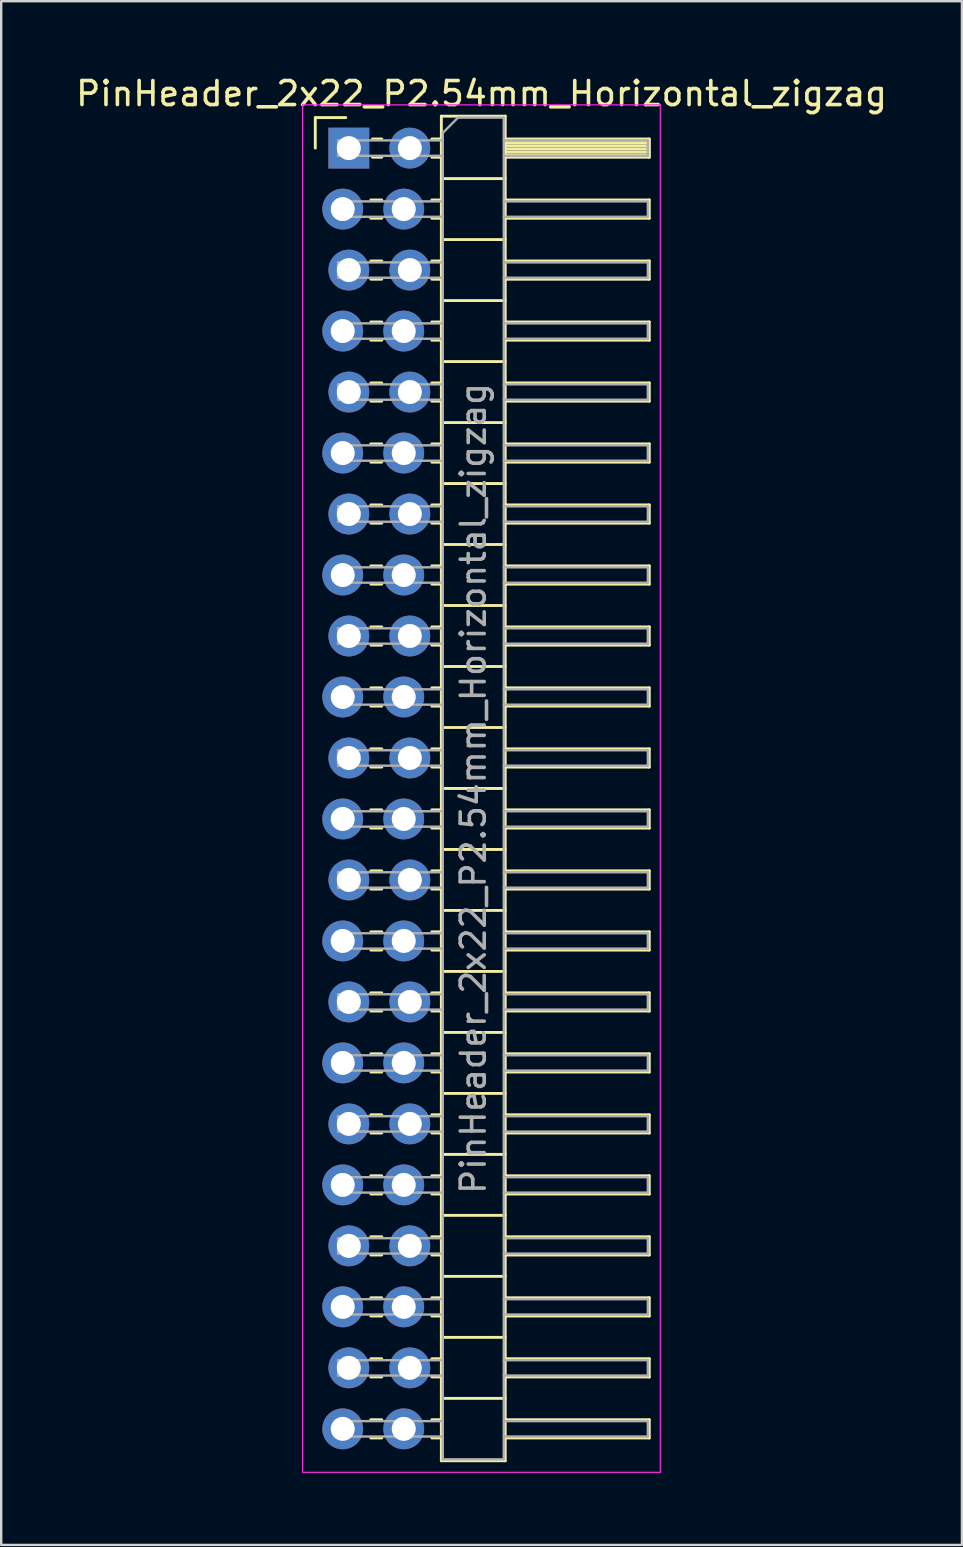
<source format=kicad_pcb>
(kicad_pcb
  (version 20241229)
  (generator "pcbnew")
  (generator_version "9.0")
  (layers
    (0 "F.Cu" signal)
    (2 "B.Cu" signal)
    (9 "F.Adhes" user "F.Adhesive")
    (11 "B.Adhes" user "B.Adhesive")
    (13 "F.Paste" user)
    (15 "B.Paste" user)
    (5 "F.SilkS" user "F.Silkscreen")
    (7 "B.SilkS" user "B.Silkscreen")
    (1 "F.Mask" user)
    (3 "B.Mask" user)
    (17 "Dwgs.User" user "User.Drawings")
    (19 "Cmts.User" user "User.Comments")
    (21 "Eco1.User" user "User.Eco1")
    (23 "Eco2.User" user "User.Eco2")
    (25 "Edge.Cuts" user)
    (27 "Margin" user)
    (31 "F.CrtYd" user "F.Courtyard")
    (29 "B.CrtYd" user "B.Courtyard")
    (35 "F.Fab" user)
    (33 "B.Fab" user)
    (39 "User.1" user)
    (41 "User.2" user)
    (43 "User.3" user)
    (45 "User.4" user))
  (footprint "PinHeader_2x22_P2.54mm_Horizontal_zigzag"
    (layer "F.Cu")
    (at 11.351 3.118)
    (property "Reference" "PinHeader_2x22_P2.54mm_Horizontal_zigzag" (at 5.655 -2.27 0) (layer "F.SilkS") (effects (font (size 1 1) (thickness 0.15))))
    (attr through_hole)
    (fp_line (start -1.27 -1.27) (end 0 -1.27) (stroke (width 0.12) (type solid)) (layer "F.SilkS"))
    (fp_line (start -1.27 0) (end -1.27 -1.27) (stroke (width 0.12) (type solid)) (layer "F.SilkS"))
    (fp_line (start 1.043 2.16) (end 1.497 2.16) (stroke (width 0.12) (type solid)) (layer "F.SilkS"))
    (fp_line (start 1.043 2.92) (end 1.497 2.92) (stroke (width 0.12) (type solid)) (layer "F.SilkS"))
    (fp_line (start 1.043 4.7) (end 1.497 4.7) (stroke (width 0.12) (type solid)) (layer "F.SilkS"))
    (fp_line (start 1.043 5.46) (end 1.497 5.46) (stroke (width 0.12) (type solid)) (layer "F.SilkS"))
    (fp_line (start 1.043 7.24) (end 1.497 7.24) (stroke (width 0.12) (type solid)) (layer "F.SilkS"))
    (fp_line (start 1.043 8) (end 1.497 8) (stroke (width 0.12) (type solid)) (layer "F.SilkS"))
    (fp_line (start 1.043 9.78) (end 1.497 9.78) (stroke (width 0.12) (type solid)) (layer "F.SilkS"))
    (fp_line (start 1.043 10.54) (end 1.497 10.54) (stroke (width 0.12) (type solid)) (layer "F.SilkS"))
    (fp_line (start 1.043 12.32) (end 1.497 12.32) (stroke (width 0.12) (type solid)) (layer "F.SilkS"))
    (fp_line (start 1.043 13.08) (end 1.497 13.08) (stroke (width 0.12) (type solid)) (layer "F.SilkS"))
    (fp_line (start 1.043 14.86) (end 1.497 14.86) (stroke (width 0.12) (type solid)) (layer "F.SilkS"))
    (fp_line (start 1.043 15.62) (end 1.497 15.62) (stroke (width 0.12) (type solid)) (layer "F.SilkS"))
    (fp_line (start 1.043 17.4) (end 1.497 17.4) (stroke (width 0.12) (type solid)) (layer "F.SilkS"))
    (fp_line (start 1.043 18.16) (end 1.497 18.16) (stroke (width 0.12) (type solid)) (layer "F.SilkS"))
    (fp_line (start 1.043 19.94) (end 1.497 19.94) (stroke (width 0.12) (type solid)) (layer "F.SilkS"))
    (fp_line (start 1.043 20.7) (end 1.497 20.7) (stroke (width 0.12) (type solid)) (layer "F.SilkS"))
    (fp_line (start 1.043 22.48) (end 1.497 22.48) (stroke (width 0.12) (type solid)) (layer "F.SilkS"))
    (fp_line (start 1.043 23.24) (end 1.497 23.24) (stroke (width 0.12) (type solid)) (layer "F.SilkS"))
    (fp_line (start 1.043 25.02) (end 1.497 25.02) (stroke (width 0.12) (type solid)) (layer "F.SilkS"))
    (fp_line (start 1.043 25.78) (end 1.497 25.78) (stroke (width 0.12) (type solid)) (layer "F.SilkS"))
    (fp_line (start 1.043 27.56) (end 1.497 27.56) (stroke (width 0.12) (type solid)) (layer "F.SilkS"))
    (fp_line (start 1.043 28.32) (end 1.497 28.32) (stroke (width 0.12) (type solid)) (layer "F.SilkS"))
    (fp_line (start 1.043 30.1) (end 1.497 30.1) (stroke (width 0.12) (type solid)) (layer "F.SilkS"))
    (fp_line (start 1.043 30.86) (end 1.497 30.86) (stroke (width 0.12) (type solid)) (layer "F.SilkS"))
    (fp_line (start 1.043 32.64) (end 1.497 32.64) (stroke (width 0.12) (type solid)) (layer "F.SilkS"))
    (fp_line (start 1.043 33.4) (end 1.497 33.4) (stroke (width 0.12) (type solid)) (layer "F.SilkS"))
    (fp_line (start 1.043 35.18) (end 1.497 35.18) (stroke (width 0.12) (type solid)) (layer "F.SilkS"))
    (fp_line (start 1.043 35.94) (end 1.497 35.94) (stroke (width 0.12) (type solid)) (layer "F.SilkS"))
    (fp_line (start 1.043 37.72) (end 1.497 37.72) (stroke (width 0.12) (type solid)) (layer "F.SilkS"))
    (fp_line (start 1.043 38.48) (end 1.497 38.48) (stroke (width 0.12) (type solid)) (layer "F.SilkS"))
    (fp_line (start 1.043 40.26) (end 1.497 40.26) (stroke (width 0.12) (type solid)) (layer "F.SilkS"))
    (fp_line (start 1.043 41.02) (end 1.497 41.02) (stroke (width 0.12) (type solid)) (layer "F.SilkS"))
    (fp_line (start 1.043 42.8) (end 1.497 42.8) (stroke (width 0.12) (type solid)) (layer "F.SilkS"))
    (fp_line (start 1.043 43.56) (end 1.497 43.56) (stroke (width 0.12) (type solid)) (layer "F.SilkS"))
    (fp_line (start 1.043 45.34) (end 1.497 45.34) (stroke (width 0.12) (type solid)) (layer "F.SilkS"))
    (fp_line (start 1.043 46.1) (end 1.497 46.1) (stroke (width 0.12) (type solid)) (layer "F.SilkS"))
    (fp_line (start 1.043 47.88) (end 1.497 47.88) (stroke (width 0.12) (type solid)) (layer "F.SilkS"))
    (fp_line (start 1.043 48.64) (end 1.497 48.64) (stroke (width 0.12) (type solid)) (layer "F.SilkS"))
    (fp_line (start 1.043 50.42) (end 1.497 50.42) (stroke (width 0.12) (type solid)) (layer "F.SilkS"))
    (fp_line (start 1.043 51.18) (end 1.497 51.18) (stroke (width 0.12) (type solid)) (layer "F.SilkS"))
    (fp_line (start 1.043 52.96) (end 1.497 52.96) (stroke (width 0.12) (type solid)) (layer "F.SilkS"))
    (fp_line (start 1.043 53.72) (end 1.497 53.72) (stroke (width 0.12) (type solid)) (layer "F.SilkS"))
    (fp_line (start 1.11 -0.38) (end 1.497 -0.38) (stroke (width 0.12) (type solid)) (layer "F.SilkS"))
    (fp_line (start 1.11 0.38) (end 1.497 0.38) (stroke (width 0.12) (type solid)) (layer "F.SilkS"))
    (fp_line (start 3.583 -0.38) (end 3.98 -0.38) (stroke (width 0.12) (type solid)) (layer "F.SilkS"))
    (fp_line (start 3.583 0.38) (end 3.98 0.38) (stroke (width 0.12) (type solid)) (layer "F.SilkS"))
    (fp_line (start 3.583 2.16) (end 3.98 2.16) (stroke (width 0.12) (type solid)) (layer "F.SilkS"))
    (fp_line (start 3.583 2.92) (end 3.98 2.92) (stroke (width 0.12) (type solid)) (layer "F.SilkS"))
    (fp_line (start 3.583 4.7) (end 3.98 4.7) (stroke (width 0.12) (type solid)) (layer "F.SilkS"))
    (fp_line (start 3.583 5.46) (end 3.98 5.46) (stroke (width 0.12) (type solid)) (layer "F.SilkS"))
    (fp_line (start 3.583 7.24) (end 3.98 7.24) (stroke (width 0.12) (type solid)) (layer "F.SilkS"))
    (fp_line (start 3.583 8) (end 3.98 8) (stroke (width 0.12) (type solid)) (layer "F.SilkS"))
    (fp_line (start 3.583 9.78) (end 3.98 9.78) (stroke (width 0.12) (type solid)) (layer "F.SilkS"))
    (fp_line (start 3.583 10.54) (end 3.98 10.54) (stroke (width 0.12) (type solid)) (layer "F.SilkS"))
    (fp_line (start 3.583 12.32) (end 3.98 12.32) (stroke (width 0.12) (type solid)) (layer "F.SilkS"))
    (fp_line (start 3.583 13.08) (end 3.98 13.08) (stroke (width 0.12) (type solid)) (layer "F.SilkS"))
    (fp_line (start 3.583 14.86) (end 3.98 14.86) (stroke (width 0.12) (type solid)) (layer "F.SilkS"))
    (fp_line (start 3.583 15.62) (end 3.98 15.62) (stroke (width 0.12) (type solid)) (layer "F.SilkS"))
    (fp_line (start 3.583 17.4) (end 3.98 17.4) (stroke (width 0.12) (type solid)) (layer "F.SilkS"))
    (fp_line (start 3.583 18.16) (end 3.98 18.16) (stroke (width 0.12) (type solid)) (layer "F.SilkS"))
    (fp_line (start 3.583 19.94) (end 3.98 19.94) (stroke (width 0.12) (type solid)) (layer "F.SilkS"))
    (fp_line (start 3.583 20.7) (end 3.98 20.7) (stroke (width 0.12) (type solid)) (layer "F.SilkS"))
    (fp_line (start 3.583 22.48) (end 3.98 22.48) (stroke (width 0.12) (type solid)) (layer "F.SilkS"))
    (fp_line (start 3.583 23.24) (end 3.98 23.24) (stroke (width 0.12) (type solid)) (layer "F.SilkS"))
    (fp_line (start 3.583 25.02) (end 3.98 25.02) (stroke (width 0.12) (type solid)) (layer "F.SilkS"))
    (fp_line (start 3.583 25.78) (end 3.98 25.78) (stroke (width 0.12) (type solid)) (layer "F.SilkS"))
    (fp_line (start 3.583 27.56) (end 3.98 27.56) (stroke (width 0.12) (type solid)) (layer "F.SilkS"))
    (fp_line (start 3.583 28.32) (end 3.98 28.32) (stroke (width 0.12) (type solid)) (layer "F.SilkS"))
    (fp_line (start 3.583 30.1) (end 3.98 30.1) (stroke (width 0.12) (type solid)) (layer "F.SilkS"))
    (fp_line (start 3.583 30.86) (end 3.98 30.86) (stroke (width 0.12) (type solid)) (layer "F.SilkS"))
    (fp_line (start 3.583 32.64) (end 3.98 32.64) (stroke (width 0.12) (type solid)) (layer "F.SilkS"))
    (fp_line (start 3.583 33.4) (end 3.98 33.4) (stroke (width 0.12) (type solid)) (layer "F.SilkS"))
    (fp_line (start 3.583 35.18) (end 3.98 35.18) (stroke (width 0.12) (type solid)) (layer "F.SilkS"))
    (fp_line (start 3.583 35.94) (end 3.98 35.94) (stroke (width 0.12) (type solid)) (layer "F.SilkS"))
    (fp_line (start 3.583 37.72) (end 3.98 37.72) (stroke (width 0.12) (type solid)) (layer "F.SilkS"))
    (fp_line (start 3.583 38.48) (end 3.98 38.48) (stroke (width 0.12) (type solid)) (layer "F.SilkS"))
    (fp_line (start 3.583 40.26) (end 3.98 40.26) (stroke (width 0.12) (type solid)) (layer "F.SilkS"))
    (fp_line (start 3.583 41.02) (end 3.98 41.02) (stroke (width 0.12) (type solid)) (layer "F.SilkS"))
    (fp_line (start 3.583 42.8) (end 3.98 42.8) (stroke (width 0.12) (type solid)) (layer "F.SilkS"))
    (fp_line (start 3.583 43.56) (end 3.98 43.56) (stroke (width 0.12) (type solid)) (layer "F.SilkS"))
    (fp_line (start 3.583 45.34) (end 3.98 45.34) (stroke (width 0.12) (type solid)) (layer "F.SilkS"))
    (fp_line (start 3.583 46.1) (end 3.98 46.1) (stroke (width 0.12) (type solid)) (layer "F.SilkS"))
    (fp_line (start 3.583 47.88) (end 3.98 47.88) (stroke (width 0.12) (type solid)) (layer "F.SilkS"))
    (fp_line (start 3.583 48.64) (end 3.98 48.64) (stroke (width 0.12) (type solid)) (layer "F.SilkS"))
    (fp_line (start 3.583 50.42) (end 3.98 50.42) (stroke (width 0.12) (type solid)) (layer "F.SilkS"))
    (fp_line (start 3.583 51.18) (end 3.98 51.18) (stroke (width 0.12) (type solid)) (layer "F.SilkS"))
    (fp_line (start 3.583 52.96) (end 3.98 52.96) (stroke (width 0.12) (type solid)) (layer "F.SilkS"))
    (fp_line (start 3.583 53.72) (end 3.98 53.72) (stroke (width 0.12) (type solid)) (layer "F.SilkS"))
    (fp_line (start 3.98 -1.33) (end 3.98 54.67) (stroke (width 0.12) (type solid)) (layer "F.SilkS"))
    (fp_line (start 3.98 1.27) (end 6.64 1.27) (stroke (width 0.12) (type solid)) (layer "F.SilkS"))
    (fp_line (start 3.98 3.81) (end 6.64 3.81) (stroke (width 0.12) (type solid)) (layer "F.SilkS"))
    (fp_line (start 3.98 6.35) (end 6.64 6.35) (stroke (width 0.12) (type solid)) (layer "F.SilkS"))
    (fp_line (start 3.98 8.89) (end 6.64 8.89) (stroke (width 0.12) (type solid)) (layer "F.SilkS"))
    (fp_line (start 3.98 11.43) (end 6.64 11.43) (stroke (width 0.12) (type solid)) (layer "F.SilkS"))
    (fp_line (start 3.98 13.97) (end 6.64 13.97) (stroke (width 0.12) (type solid)) (layer "F.SilkS"))
    (fp_line (start 3.98 16.51) (end 6.64 16.51) (stroke (width 0.12) (type solid)) (layer "F.SilkS"))
    (fp_line (start 3.98 19.05) (end 6.64 19.05) (stroke (width 0.12) (type solid)) (layer "F.SilkS"))
    (fp_line (start 3.98 21.59) (end 6.64 21.59) (stroke (width 0.12) (type solid)) (layer "F.SilkS"))
    (fp_line (start 3.98 24.13) (end 6.64 24.13) (stroke (width 0.12) (type solid)) (layer "F.SilkS"))
    (fp_line (start 3.98 26.67) (end 6.64 26.67) (stroke (width 0.12) (type solid)) (layer "F.SilkS"))
    (fp_line (start 3.98 29.21) (end 6.64 29.21) (stroke (width 0.12) (type solid)) (layer "F.SilkS"))
    (fp_line (start 3.98 31.75) (end 6.64 31.75) (stroke (width 0.12) (type solid)) (layer "F.SilkS"))
    (fp_line (start 3.98 34.29) (end 6.64 34.29) (stroke (width 0.12) (type solid)) (layer "F.SilkS"))
    (fp_line (start 3.98 36.83) (end 6.64 36.83) (stroke (width 0.12) (type solid)) (layer "F.SilkS"))
    (fp_line (start 3.98 39.37) (end 6.64 39.37) (stroke (width 0.12) (type solid)) (layer "F.SilkS"))
    (fp_line (start 3.98 41.91) (end 6.64 41.91) (stroke (width 0.12) (type solid)) (layer "F.SilkS"))
    (fp_line (start 3.98 44.45) (end 6.64 44.45) (stroke (width 0.12) (type solid)) (layer "F.SilkS"))
    (fp_line (start 3.98 46.99) (end 6.64 46.99) (stroke (width 0.12) (type solid)) (layer "F.SilkS"))
    (fp_line (start 3.98 49.53) (end 6.64 49.53) (stroke (width 0.12) (type solid)) (layer "F.SilkS"))
    (fp_line (start 3.98 52.07) (end 6.64 52.07) (stroke (width 0.12) (type solid)) (layer "F.SilkS"))
    (fp_line (start 3.98 54.67) (end 6.64 54.67) (stroke (width 0.12) (type solid)) (layer "F.SilkS"))
    (fp_line (start 6.64 -1.33) (end 3.98 -1.33) (stroke (width 0.12) (type solid)) (layer "F.SilkS"))
    (fp_line (start 6.64 -0.38) (end 12.64 -0.38) (stroke (width 0.12) (type solid)) (layer "F.SilkS"))
    (fp_line (start 6.64 -0.32) (end 12.64 -0.32) (stroke (width 0.12) (type solid)) (layer "F.SilkS"))
    (fp_line (start 6.64 -0.2) (end 12.64 -0.2) (stroke (width 0.12) (type solid)) (layer "F.SilkS"))
    (fp_line (start 6.64 -0.08) (end 12.64 -0.08) (stroke (width 0.12) (type solid)) (layer "F.SilkS"))
    (fp_line (start 6.64 0.04) (end 12.64 0.04) (stroke (width 0.12) (type solid)) (layer "F.SilkS"))
    (fp_line (start 6.64 0.16) (end 12.64 0.16) (stroke (width 0.12) (type solid)) (layer "F.SilkS"))
    (fp_line (start 6.64 0.28) (end 12.64 0.28) (stroke (width 0.12) (type solid)) (layer "F.SilkS"))
    (fp_line (start 6.64 2.16) (end 12.64 2.16) (stroke (width 0.12) (type solid)) (layer "F.SilkS"))
    (fp_line (start 6.64 4.7) (end 12.64 4.7) (stroke (width 0.12) (type solid)) (layer "F.SilkS"))
    (fp_line (start 6.64 7.24) (end 12.64 7.24) (stroke (width 0.12) (type solid)) (layer "F.SilkS"))
    (fp_line (start 6.64 9.78) (end 12.64 9.78) (stroke (width 0.12) (type solid)) (layer "F.SilkS"))
    (fp_line (start 6.64 12.32) (end 12.64 12.32) (stroke (width 0.12) (type solid)) (layer "F.SilkS"))
    (fp_line (start 6.64 14.86) (end 12.64 14.86) (stroke (width 0.12) (type solid)) (layer "F.SilkS"))
    (fp_line (start 6.64 17.4) (end 12.64 17.4) (stroke (width 0.12) (type solid)) (layer "F.SilkS"))
    (fp_line (start 6.64 19.94) (end 12.64 19.94) (stroke (width 0.12) (type solid)) (layer "F.SilkS"))
    (fp_line (start 6.64 22.48) (end 12.64 22.48) (stroke (width 0.12) (type solid)) (layer "F.SilkS"))
    (fp_line (start 6.64 25.02) (end 12.64 25.02) (stroke (width 0.12) (type solid)) (layer "F.SilkS"))
    (fp_line (start 6.64 27.56) (end 12.64 27.56) (stroke (width 0.12) (type solid)) (layer "F.SilkS"))
    (fp_line (start 6.64 30.1) (end 12.64 30.1) (stroke (width 0.12) (type solid)) (layer "F.SilkS"))
    (fp_line (start 6.64 32.64) (end 12.64 32.64) (stroke (width 0.12) (type solid)) (layer "F.SilkS"))
    (fp_line (start 6.64 35.18) (end 12.64 35.18) (stroke (width 0.12) (type solid)) (layer "F.SilkS"))
    (fp_line (start 6.64 37.72) (end 12.64 37.72) (stroke (width 0.12) (type solid)) (layer "F.SilkS"))
    (fp_line (start 6.64 40.26) (end 12.64 40.26) (stroke (width 0.12) (type solid)) (layer "F.SilkS"))
    (fp_line (start 6.64 42.8) (end 12.64 42.8) (stroke (width 0.12) (type solid)) (layer "F.SilkS"))
    (fp_line (start 6.64 45.34) (end 12.64 45.34) (stroke (width 0.12) (type solid)) (layer "F.SilkS"))
    (fp_line (start 6.64 47.88) (end 12.64 47.88) (stroke (width 0.12) (type solid)) (layer "F.SilkS"))
    (fp_line (start 6.64 50.42) (end 12.64 50.42) (stroke (width 0.12) (type solid)) (layer "F.SilkS"))
    (fp_line (start 6.64 52.96) (end 12.64 52.96) (stroke (width 0.12) (type solid)) (layer "F.SilkS"))
    (fp_line (start 6.64 54.67) (end 6.64 -1.33) (stroke (width 0.12) (type solid)) (layer "F.SilkS"))
    (fp_line (start 12.64 -0.38) (end 12.64 0.38) (stroke (width 0.12) (type solid)) (layer "F.SilkS"))
    (fp_line (start 12.64 0.38) (end 6.64 0.38) (stroke (width 0.12) (type solid)) (layer "F.SilkS"))
    (fp_line (start 12.64 2.16) (end 12.64 2.92) (stroke (width 0.12) (type solid)) (layer "F.SilkS"))
    (fp_line (start 12.64 2.92) (end 6.64 2.92) (stroke (width 0.12) (type solid)) (layer "F.SilkS"))
    (fp_line (start 12.64 4.7) (end 12.64 5.46) (stroke (width 0.12) (type solid)) (layer "F.SilkS"))
    (fp_line (start 12.64 5.46) (end 6.64 5.46) (stroke (width 0.12) (type solid)) (layer "F.SilkS"))
    (fp_line (start 12.64 7.24) (end 12.64 8) (stroke (width 0.12) (type solid)) (layer "F.SilkS"))
    (fp_line (start 12.64 8) (end 6.64 8) (stroke (width 0.12) (type solid)) (layer "F.SilkS"))
    (fp_line (start 12.64 9.78) (end 12.64 10.54) (stroke (width 0.12) (type solid)) (layer "F.SilkS"))
    (fp_line (start 12.64 10.54) (end 6.64 10.54) (stroke (width 0.12) (type solid)) (layer "F.SilkS"))
    (fp_line (start 12.64 12.32) (end 12.64 13.08) (stroke (width 0.12) (type solid)) (layer "F.SilkS"))
    (fp_line (start 12.64 13.08) (end 6.64 13.08) (stroke (width 0.12) (type solid)) (layer "F.SilkS"))
    (fp_line (start 12.64 14.86) (end 12.64 15.62) (stroke (width 0.12) (type solid)) (layer "F.SilkS"))
    (fp_line (start 12.64 15.62) (end 6.64 15.62) (stroke (width 0.12) (type solid)) (layer "F.SilkS"))
    (fp_line (start 12.64 17.4) (end 12.64 18.16) (stroke (width 0.12) (type solid)) (layer "F.SilkS"))
    (fp_line (start 12.64 18.16) (end 6.64 18.16) (stroke (width 0.12) (type solid)) (layer "F.SilkS"))
    (fp_line (start 12.64 19.94) (end 12.64 20.7) (stroke (width 0.12) (type solid)) (layer "F.SilkS"))
    (fp_line (start 12.64 20.7) (end 6.64 20.7) (stroke (width 0.12) (type solid)) (layer "F.SilkS"))
    (fp_line (start 12.64 22.48) (end 12.64 23.24) (stroke (width 0.12) (type solid)) (layer "F.SilkS"))
    (fp_line (start 12.64 23.24) (end 6.64 23.24) (stroke (width 0.12) (type solid)) (layer "F.SilkS"))
    (fp_line (start 12.64 25.02) (end 12.64 25.78) (stroke (width 0.12) (type solid)) (layer "F.SilkS"))
    (fp_line (start 12.64 25.78) (end 6.64 25.78) (stroke (width 0.12) (type solid)) (layer "F.SilkS"))
    (fp_line (start 12.64 27.56) (end 12.64 28.32) (stroke (width 0.12) (type solid)) (layer "F.SilkS"))
    (fp_line (start 12.64 28.32) (end 6.64 28.32) (stroke (width 0.12) (type solid)) (layer "F.SilkS"))
    (fp_line (start 12.64 30.1) (end 12.64 30.86) (stroke (width 0.12) (type solid)) (layer "F.SilkS"))
    (fp_line (start 12.64 30.86) (end 6.64 30.86) (stroke (width 0.12) (type solid)) (layer "F.SilkS"))
    (fp_line (start 12.64 32.64) (end 12.64 33.4) (stroke (width 0.12) (type solid)) (layer "F.SilkS"))
    (fp_line (start 12.64 33.4) (end 6.64 33.4) (stroke (width 0.12) (type solid)) (layer "F.SilkS"))
    (fp_line (start 12.64 35.18) (end 12.64 35.94) (stroke (width 0.12) (type solid)) (layer "F.SilkS"))
    (fp_line (start 12.64 35.94) (end 6.64 35.94) (stroke (width 0.12) (type solid)) (layer "F.SilkS"))
    (fp_line (start 12.64 37.72) (end 12.64 38.48) (stroke (width 0.12) (type solid)) (layer "F.SilkS"))
    (fp_line (start 12.64 38.48) (end 6.64 38.48) (stroke (width 0.12) (type solid)) (layer "F.SilkS"))
    (fp_line (start 12.64 40.26) (end 12.64 41.02) (stroke (width 0.12) (type solid)) (layer "F.SilkS"))
    (fp_line (start 12.64 41.02) (end 6.64 41.02) (stroke (width 0.12) (type solid)) (layer "F.SilkS"))
    (fp_line (start 12.64 42.8) (end 12.64 43.56) (stroke (width 0.12) (type solid)) (layer "F.SilkS"))
    (fp_line (start 12.64 43.56) (end 6.64 43.56) (stroke (width 0.12) (type solid)) (layer "F.SilkS"))
    (fp_line (start 12.64 45.34) (end 12.64 46.1) (stroke (width 0.12) (type solid)) (layer "F.SilkS"))
    (fp_line (start 12.64 46.1) (end 6.64 46.1) (stroke (width 0.12) (type solid)) (layer "F.SilkS"))
    (fp_line (start 12.64 47.88) (end 12.64 48.64) (stroke (width 0.12) (type solid)) (layer "F.SilkS"))
    (fp_line (start 12.64 48.64) (end 6.64 48.64) (stroke (width 0.12) (type solid)) (layer "F.SilkS"))
    (fp_line (start 12.64 50.42) (end 12.64 51.18) (stroke (width 0.12) (type solid)) (layer "F.SilkS"))
    (fp_line (start 12.64 51.18) (end 6.64 51.18) (stroke (width 0.12) (type solid)) (layer "F.SilkS"))
    (fp_line (start 12.64 52.96) (end 12.64 53.72) (stroke (width 0.12) (type solid)) (layer "F.SilkS"))
    (fp_line (start 12.64 53.72) (end 6.64 53.72) (stroke (width 0.12) (type solid)) (layer "F.SilkS"))
    (fp_line (start -1.8 -1.8) (end -1.8 55.15) (stroke (width 0.05) (type solid)) (layer "F.CrtYd"))
    (fp_line (start -1.8 55.15) (end 13.1 55.15) (stroke (width 0.05) (type solid)) (layer "F.CrtYd"))
    (fp_line (start 13.1 -1.8) (end -1.8 -1.8) (stroke (width 0.05) (type solid)) (layer "F.CrtYd"))
    (fp_line (start 13.1 55.15) (end 13.1 -1.8) (stroke (width 0.05) (type solid)) (layer "F.CrtYd"))
    (fp_line (start -0.32 -0.32) (end -0.32 0.32) (stroke (width 0.1) (type solid)) (layer "F.Fab"))
    (fp_line (start -0.32 -0.32) (end 4.04 -0.32) (stroke (width 0.1) (type solid)) (layer "F.Fab"))
    (fp_line (start -0.32 0.32) (end 4.04 0.32) (stroke (width 0.1) (type solid)) (layer "F.Fab"))
    (fp_line (start -0.32 2.22) (end -0.32 2.86) (stroke (width 0.1) (type solid)) (layer "F.Fab"))
    (fp_line (start -0.32 2.22) (end 4.04 2.22) (stroke (width 0.1) (type solid)) (layer "F.Fab"))
    (fp_line (start -0.32 2.86) (end 4.04 2.86) (stroke (width 0.1) (type solid)) (layer "F.Fab"))
    (fp_line (start -0.32 4.76) (end -0.32 5.4) (stroke (width 0.1) (type solid)) (layer "F.Fab"))
    (fp_line (start -0.32 4.76) (end 4.04 4.76) (stroke (width 0.1) (type solid)) (layer "F.Fab"))
    (fp_line (start -0.32 5.4) (end 4.04 5.4) (stroke (width 0.1) (type solid)) (layer "F.Fab"))
    (fp_line (start -0.32 7.3) (end -0.32 7.94) (stroke (width 0.1) (type solid)) (layer "F.Fab"))
    (fp_line (start -0.32 7.3) (end 4.04 7.3) (stroke (width 0.1) (type solid)) (layer "F.Fab"))
    (fp_line (start -0.32 7.94) (end 4.04 7.94) (stroke (width 0.1) (type solid)) (layer "F.Fab"))
    (fp_line (start -0.32 9.84) (end -0.32 10.48) (stroke (width 0.1) (type solid)) (layer "F.Fab"))
    (fp_line (start -0.32 9.84) (end 4.04 9.84) (stroke (width 0.1) (type solid)) (layer "F.Fab"))
    (fp_line (start -0.32 10.48) (end 4.04 10.48) (stroke (width 0.1) (type solid)) (layer "F.Fab"))
    (fp_line (start -0.32 12.38) (end -0.32 13.02) (stroke (width 0.1) (type solid)) (layer "F.Fab"))
    (fp_line (start -0.32 12.38) (end 4.04 12.38) (stroke (width 0.1) (type solid)) (layer "F.Fab"))
    (fp_line (start -0.32 13.02) (end 4.04 13.02) (stroke (width 0.1) (type solid)) (layer "F.Fab"))
    (fp_line (start -0.32 14.92) (end -0.32 15.56) (stroke (width 0.1) (type solid)) (layer "F.Fab"))
    (fp_line (start -0.32 14.92) (end 4.04 14.92) (stroke (width 0.1) (type solid)) (layer "F.Fab"))
    (fp_line (start -0.32 15.56) (end 4.04 15.56) (stroke (width 0.1) (type solid)) (layer "F.Fab"))
    (fp_line (start -0.32 17.46) (end -0.32 18.1) (stroke (width 0.1) (type solid)) (layer "F.Fab"))
    (fp_line (start -0.32 17.46) (end 4.04 17.46) (stroke (width 0.1) (type solid)) (layer "F.Fab"))
    (fp_line (start -0.32 18.1) (end 4.04 18.1) (stroke (width 0.1) (type solid)) (layer "F.Fab"))
    (fp_line (start -0.32 20) (end -0.32 20.64) (stroke (width 0.1) (type solid)) (layer "F.Fab"))
    (fp_line (start -0.32 20) (end 4.04 20) (stroke (width 0.1) (type solid)) (layer "F.Fab"))
    (fp_line (start -0.32 20.64) (end 4.04 20.64) (stroke (width 0.1) (type solid)) (layer "F.Fab"))
    (fp_line (start -0.32 22.54) (end -0.32 23.18) (stroke (width 0.1) (type solid)) (layer "F.Fab"))
    (fp_line (start -0.32 22.54) (end 4.04 22.54) (stroke (width 0.1) (type solid)) (layer "F.Fab"))
    (fp_line (start -0.32 23.18) (end 4.04 23.18) (stroke (width 0.1) (type solid)) (layer "F.Fab"))
    (fp_line (start -0.32 25.08) (end -0.32 25.72) (stroke (width 0.1) (type solid)) (layer "F.Fab"))
    (fp_line (start -0.32 25.08) (end 4.04 25.08) (stroke (width 0.1) (type solid)) (layer "F.Fab"))
    (fp_line (start -0.32 25.72) (end 4.04 25.72) (stroke (width 0.1) (type solid)) (layer "F.Fab"))
    (fp_line (start -0.32 27.62) (end -0.32 28.26) (stroke (width 0.1) (type solid)) (layer "F.Fab"))
    (fp_line (start -0.32 27.62) (end 4.04 27.62) (stroke (width 0.1) (type solid)) (layer "F.Fab"))
    (fp_line (start -0.32 28.26) (end 4.04 28.26) (stroke (width 0.1) (type solid)) (layer "F.Fab"))
    (fp_line (start -0.32 30.16) (end -0.32 30.8) (stroke (width 0.1) (type solid)) (layer "F.Fab"))
    (fp_line (start -0.32 30.16) (end 4.04 30.16) (stroke (width 0.1) (type solid)) (layer "F.Fab"))
    (fp_line (start -0.32 30.8) (end 4.04 30.8) (stroke (width 0.1) (type solid)) (layer "F.Fab"))
    (fp_line (start -0.32 32.7) (end -0.32 33.34) (stroke (width 0.1) (type solid)) (layer "F.Fab"))
    (fp_line (start -0.32 32.7) (end 4.04 32.7) (stroke (width 0.1) (type solid)) (layer "F.Fab"))
    (fp_line (start -0.32 33.34) (end 4.04 33.34) (stroke (width 0.1) (type solid)) (layer "F.Fab"))
    (fp_line (start -0.32 35.24) (end -0.32 35.88) (stroke (width 0.1) (type solid)) (layer "F.Fab"))
    (fp_line (start -0.32 35.24) (end 4.04 35.24) (stroke (width 0.1) (type solid)) (layer "F.Fab"))
    (fp_line (start -0.32 35.88) (end 4.04 35.88) (stroke (width 0.1) (type solid)) (layer "F.Fab"))
    (fp_line (start -0.32 37.78) (end -0.32 38.42) (stroke (width 0.1) (type solid)) (layer "F.Fab"))
    (fp_line (start -0.32 37.78) (end 4.04 37.78) (stroke (width 0.1) (type solid)) (layer "F.Fab"))
    (fp_line (start -0.32 38.42) (end 4.04 38.42) (stroke (width 0.1) (type solid)) (layer "F.Fab"))
    (fp_line (start -0.32 40.32) (end -0.32 40.96) (stroke (width 0.1) (type solid)) (layer "F.Fab"))
    (fp_line (start -0.32 40.32) (end 4.04 40.32) (stroke (width 0.1) (type solid)) (layer "F.Fab"))
    (fp_line (start -0.32 40.96) (end 4.04 40.96) (stroke (width 0.1) (type solid)) (layer "F.Fab"))
    (fp_line (start -0.32 42.86) (end -0.32 43.5) (stroke (width 0.1) (type solid)) (layer "F.Fab"))
    (fp_line (start -0.32 42.86) (end 4.04 42.86) (stroke (width 0.1) (type solid)) (layer "F.Fab"))
    (fp_line (start -0.32 43.5) (end 4.04 43.5) (stroke (width 0.1) (type solid)) (layer "F.Fab"))
    (fp_line (start -0.32 45.4) (end -0.32 46.04) (stroke (width 0.1) (type solid)) (layer "F.Fab"))
    (fp_line (start -0.32 45.4) (end 4.04 45.4) (stroke (width 0.1) (type solid)) (layer "F.Fab"))
    (fp_line (start -0.32 46.04) (end 4.04 46.04) (stroke (width 0.1) (type solid)) (layer "F.Fab"))
    (fp_line (start -0.32 47.94) (end -0.32 48.58) (stroke (width 0.1) (type solid)) (layer "F.Fab"))
    (fp_line (start -0.32 47.94) (end 4.04 47.94) (stroke (width 0.1) (type solid)) (layer "F.Fab"))
    (fp_line (start -0.32 48.58) (end 4.04 48.58) (stroke (width 0.1) (type solid)) (layer "F.Fab"))
    (fp_line (start -0.32 50.48) (end -0.32 51.12) (stroke (width 0.1) (type solid)) (layer "F.Fab"))
    (fp_line (start -0.32 50.48) (end 4.04 50.48) (stroke (width 0.1) (type solid)) (layer "F.Fab"))
    (fp_line (start -0.32 51.12) (end 4.04 51.12) (stroke (width 0.1) (type solid)) (layer "F.Fab"))
    (fp_line (start -0.32 53.02) (end -0.32 53.66) (stroke (width 0.1) (type solid)) (layer "F.Fab"))
    (fp_line (start -0.32 53.02) (end 4.04 53.02) (stroke (width 0.1) (type solid)) (layer "F.Fab"))
    (fp_line (start -0.32 53.66) (end 4.04 53.66) (stroke (width 0.1) (type solid)) (layer "F.Fab"))
    (fp_line (start 4.04 -0.635) (end 4.675 -1.27) (stroke (width 0.1) (type solid)) (layer "F.Fab"))
    (fp_line (start 4.04 54.61) (end 4.04 -0.635) (stroke (width 0.1) (type solid)) (layer "F.Fab"))
    (fp_line (start 4.675 -1.27) (end 6.58 -1.27) (stroke (width 0.1) (type solid)) (layer "F.Fab"))
    (fp_line (start 6.58 -1.27) (end 6.58 54.61) (stroke (width 0.1) (type solid)) (layer "F.Fab"))
    (fp_line (start 6.58 -0.32) (end 12.58 -0.32) (stroke (width 0.1) (type solid)) (layer "F.Fab"))
    (fp_line (start 6.58 0.32) (end 12.58 0.32) (stroke (width 0.1) (type solid)) (layer "F.Fab"))
    (fp_line (start 6.58 2.22) (end 12.58 2.22) (stroke (width 0.1) (type solid)) (layer "F.Fab"))
    (fp_line (start 6.58 2.86) (end 12.58 2.86) (stroke (width 0.1) (type solid)) (layer "F.Fab"))
    (fp_line (start 6.58 4.76) (end 12.58 4.76) (stroke (width 0.1) (type solid)) (layer "F.Fab"))
    (fp_line (start 6.58 5.4) (end 12.58 5.4) (stroke (width 0.1) (type solid)) (layer "F.Fab"))
    (fp_line (start 6.58 7.3) (end 12.58 7.3) (stroke (width 0.1) (type solid)) (layer "F.Fab"))
    (fp_line (start 6.58 7.94) (end 12.58 7.94) (stroke (width 0.1) (type solid)) (layer "F.Fab"))
    (fp_line (start 6.58 9.84) (end 12.58 9.84) (stroke (width 0.1) (type solid)) (layer "F.Fab"))
    (fp_line (start 6.58 10.48) (end 12.58 10.48) (stroke (width 0.1) (type solid)) (layer "F.Fab"))
    (fp_line (start 6.58 12.38) (end 12.58 12.38) (stroke (width 0.1) (type solid)) (layer "F.Fab"))
    (fp_line (start 6.58 13.02) (end 12.58 13.02) (stroke (width 0.1) (type solid)) (layer "F.Fab"))
    (fp_line (start 6.58 14.92) (end 12.58 14.92) (stroke (width 0.1) (type solid)) (layer "F.Fab"))
    (fp_line (start 6.58 15.56) (end 12.58 15.56) (stroke (width 0.1) (type solid)) (layer "F.Fab"))
    (fp_line (start 6.58 17.46) (end 12.58 17.46) (stroke (width 0.1) (type solid)) (layer "F.Fab"))
    (fp_line (start 6.58 18.1) (end 12.58 18.1) (stroke (width 0.1) (type solid)) (layer "F.Fab"))
    (fp_line (start 6.58 20) (end 12.58 20) (stroke (width 0.1) (type solid)) (layer "F.Fab"))
    (fp_line (start 6.58 20.64) (end 12.58 20.64) (stroke (width 0.1) (type solid)) (layer "F.Fab"))
    (fp_line (start 6.58 22.54) (end 12.58 22.54) (stroke (width 0.1) (type solid)) (layer "F.Fab"))
    (fp_line (start 6.58 23.18) (end 12.58 23.18) (stroke (width 0.1) (type solid)) (layer "F.Fab"))
    (fp_line (start 6.58 25.08) (end 12.58 25.08) (stroke (width 0.1) (type solid)) (layer "F.Fab"))
    (fp_line (start 6.58 25.72) (end 12.58 25.72) (stroke (width 0.1) (type solid)) (layer "F.Fab"))
    (fp_line (start 6.58 27.62) (end 12.58 27.62) (stroke (width 0.1) (type solid)) (layer "F.Fab"))
    (fp_line (start 6.58 28.26) (end 12.58 28.26) (stroke (width 0.1) (type solid)) (layer "F.Fab"))
    (fp_line (start 6.58 30.16) (end 12.58 30.16) (stroke (width 0.1) (type solid)) (layer "F.Fab"))
    (fp_line (start 6.58 30.8) (end 12.58 30.8) (stroke (width 0.1) (type solid)) (layer "F.Fab"))
    (fp_line (start 6.58 32.7) (end 12.58 32.7) (stroke (width 0.1) (type solid)) (layer "F.Fab"))
    (fp_line (start 6.58 33.34) (end 12.58 33.34) (stroke (width 0.1) (type solid)) (layer "F.Fab"))
    (fp_line (start 6.58 35.24) (end 12.58 35.24) (stroke (width 0.1) (type solid)) (layer "F.Fab"))
    (fp_line (start 6.58 35.88) (end 12.58 35.88) (stroke (width 0.1) (type solid)) (layer "F.Fab"))
    (fp_line (start 6.58 37.78) (end 12.58 37.78) (stroke (width 0.1) (type solid)) (layer "F.Fab"))
    (fp_line (start 6.58 38.42) (end 12.58 38.42) (stroke (width 0.1) (type solid)) (layer "F.Fab"))
    (fp_line (start 6.58 40.32) (end 12.58 40.32) (stroke (width 0.1) (type solid)) (layer "F.Fab"))
    (fp_line (start 6.58 40.96) (end 12.58 40.96) (stroke (width 0.1) (type solid)) (layer "F.Fab"))
    (fp_line (start 6.58 42.86) (end 12.58 42.86) (stroke (width 0.1) (type solid)) (layer "F.Fab"))
    (fp_line (start 6.58 43.5) (end 12.58 43.5) (stroke (width 0.1) (type solid)) (layer "F.Fab"))
    (fp_line (start 6.58 45.4) (end 12.58 45.4) (stroke (width 0.1) (type solid)) (layer "F.Fab"))
    (fp_line (start 6.58 46.04) (end 12.58 46.04) (stroke (width 0.1) (type solid)) (layer "F.Fab"))
    (fp_line (start 6.58 47.94) (end 12.58 47.94) (stroke (width 0.1) (type solid)) (layer "F.Fab"))
    (fp_line (start 6.58 48.58) (end 12.58 48.58) (stroke (width 0.1) (type solid)) (layer "F.Fab"))
    (fp_line (start 6.58 50.48) (end 12.58 50.48) (stroke (width 0.1) (type solid)) (layer "F.Fab"))
    (fp_line (start 6.58 51.12) (end 12.58 51.12) (stroke (width 0.1) (type solid)) (layer "F.Fab"))
    (fp_line (start 6.58 53.02) (end 12.58 53.02) (stroke (width 0.1) (type solid)) (layer "F.Fab"))
    (fp_line (start 6.58 53.66) (end 12.58 53.66) (stroke (width 0.1) (type solid)) (layer "F.Fab"))
    (fp_line (start 6.58 54.61) (end 4.04 54.61) (stroke (width 0.1) (type solid)) (layer "F.Fab"))
    (fp_line (start 12.58 -0.32) (end 12.58 0.32) (stroke (width 0.1) (type solid)) (layer "F.Fab"))
    (fp_line (start 12.58 2.22) (end 12.58 2.86) (stroke (width 0.1) (type solid)) (layer "F.Fab"))
    (fp_line (start 12.58 4.76) (end 12.58 5.4) (stroke (width 0.1) (type solid)) (layer "F.Fab"))
    (fp_line (start 12.58 7.3) (end 12.58 7.94) (stroke (width 0.1) (type solid)) (layer "F.Fab"))
    (fp_line (start 12.58 9.84) (end 12.58 10.48) (stroke (width 0.1) (type solid)) (layer "F.Fab"))
    (fp_line (start 12.58 12.38) (end 12.58 13.02) (stroke (width 0.1) (type solid)) (layer "F.Fab"))
    (fp_line (start 12.58 14.92) (end 12.58 15.56) (stroke (width 0.1) (type solid)) (layer "F.Fab"))
    (fp_line (start 12.58 17.46) (end 12.58 18.1) (stroke (width 0.1) (type solid)) (layer "F.Fab"))
    (fp_line (start 12.58 20) (end 12.58 20.64) (stroke (width 0.1) (type solid)) (layer "F.Fab"))
    (fp_line (start 12.58 22.54) (end 12.58 23.18) (stroke (width 0.1) (type solid)) (layer "F.Fab"))
    (fp_line (start 12.58 25.08) (end 12.58 25.72) (stroke (width 0.1) (type solid)) (layer "F.Fab"))
    (fp_line (start 12.58 27.62) (end 12.58 28.26) (stroke (width 0.1) (type solid)) (layer "F.Fab"))
    (fp_line (start 12.58 30.16) (end 12.58 30.8) (stroke (width 0.1) (type solid)) (layer "F.Fab"))
    (fp_line (start 12.58 32.7) (end 12.58 33.34) (stroke (width 0.1) (type solid)) (layer "F.Fab"))
    (fp_line (start 12.58 35.24) (end 12.58 35.88) (stroke (width 0.1) (type solid)) (layer "F.Fab"))
    (fp_line (start 12.58 37.78) (end 12.58 38.42) (stroke (width 0.1) (type solid)) (layer "F.Fab"))
    (fp_line (start 12.58 40.32) (end 12.58 40.96) (stroke (width 0.1) (type solid)) (layer "F.Fab"))
    (fp_line (start 12.58 42.86) (end 12.58 43.5) (stroke (width 0.1) (type solid)) (layer "F.Fab"))
    (fp_line (start 12.58 45.4) (end 12.58 46.04) (stroke (width 0.1) (type solid)) (layer "F.Fab"))
    (fp_line (start 12.58 47.94) (end 12.58 48.58) (stroke (width 0.1) (type solid)) (layer "F.Fab"))
    (fp_line (start 12.58 50.48) (end 12.58 51.12) (stroke (width 0.1) (type solid)) (layer "F.Fab"))
    (fp_line (start 12.58 53.02) (end 12.58 53.66) (stroke (width 0.1) (type solid)) (layer "F.Fab"))
    (fp_text user "${REFERENCE}" (at 5.31 26.67 90) (layer "F.Fab") (effects (font (size 1 1) (thickness 0.15))))
    (pad "1" thru_hole rect (at 0.127 0) (size 1.7 1.7) (drill 1) (layers "*.Cu" "*.Mask"))
    (pad "2" thru_hole oval (at 2.667 0) (size 1.7 1.7) (drill 1) (layers "*.Cu" "*.Mask"))
    (pad "3" thru_hole oval (at -0.127 2.54) (size 1.7 1.7) (drill 1) (layers "*.Cu" "*.Mask"))
    (pad "4" thru_hole oval (at 2.413 2.54) (size 1.7 1.7) (drill 1) (layers "*.Cu" "*.Mask"))
    (pad "5" thru_hole oval (at 0.127 5.08) (size 1.7 1.7) (drill 1) (layers "*.Cu" "*.Mask"))
    (pad "6" thru_hole oval (at 2.667 5.08) (size 1.7 1.7) (drill 1) (layers "*.Cu" "*.Mask"))
    (pad "7" thru_hole oval (at -0.127 7.62) (size 1.7 1.7) (drill 1) (layers "*.Cu" "*.Mask"))
    (pad "8" thru_hole oval (at 2.413 7.62) (size 1.7 1.7) (drill 1) (layers "*.Cu" "*.Mask"))
    (pad "9" thru_hole oval (at 0.127 10.16) (size 1.7 1.7) (drill 1) (layers "*.Cu" "*.Mask"))
    (pad "10" thru_hole oval (at 2.667 10.16) (size 1.7 1.7) (drill 1) (layers "*.Cu" "*.Mask"))
    (pad "11" thru_hole oval (at -0.127 12.7) (size 1.7 1.7) (drill 1) (layers "*.Cu" "*.Mask"))
    (pad "12" thru_hole oval (at 2.413 12.7) (size 1.7 1.7) (drill 1) (layers "*.Cu" "*.Mask"))
    (pad "13" thru_hole oval (at 0.127 15.24) (size 1.7 1.7) (drill 1) (layers "*.Cu" "*.Mask"))
    (pad "14" thru_hole oval (at 2.667 15.24) (size 1.7 1.7) (drill 1) (layers "*.Cu" "*.Mask"))
    (pad "15" thru_hole oval (at -0.127 17.78) (size 1.7 1.7) (drill 1) (layers "*.Cu" "*.Mask"))
    (pad "16" thru_hole oval (at 2.413 17.78) (size 1.7 1.7) (drill 1) (layers "*.Cu" "*.Mask"))
    (pad "17" thru_hole oval (at 0.127 20.32) (size 1.7 1.7) (drill 1) (layers "*.Cu" "*.Mask"))
    (pad "18" thru_hole oval (at 2.667 20.32) (size 1.7 1.7) (drill 1) (layers "*.Cu" "*.Mask"))
    (pad "19" thru_hole oval (at -0.127 22.86) (size 1.7 1.7) (drill 1) (layers "*.Cu" "*.Mask"))
    (pad "20" thru_hole oval (at 2.413 22.86) (size 1.7 1.7) (drill 1) (layers "*.Cu" "*.Mask"))
    (pad "21" thru_hole oval (at 0.127 25.4) (size 1.7 1.7) (drill 1) (layers "*.Cu" "*.Mask"))
    (pad "22" thru_hole oval (at 2.667 25.4) (size 1.7 1.7) (drill 1) (layers "*.Cu" "*.Mask"))
    (pad "23" thru_hole oval (at -0.127 27.94) (size 1.7 1.7) (drill 1) (layers "*.Cu" "*.Mask"))
    (pad "24" thru_hole oval (at 2.413 27.94) (size 1.7 1.7) (drill 1) (layers "*.Cu" "*.Mask"))
    (pad "25" thru_hole oval (at 0.127 30.48) (size 1.7 1.7) (drill 1) (layers "*.Cu" "*.Mask"))
    (pad "26" thru_hole oval (at 2.667 30.48) (size 1.7 1.7) (drill 1) (layers "*.Cu" "*.Mask"))
    (pad "27" thru_hole oval (at -0.127 33.02) (size 1.7 1.7) (drill 1) (layers "*.Cu" "*.Mask"))
    (pad "28" thru_hole oval (at 2.413 33.02) (size 1.7 1.7) (drill 1) (layers "*.Cu" "*.Mask"))
    (pad "29" thru_hole oval (at 0.127 35.56) (size 1.7 1.7) (drill 1) (layers "*.Cu" "*.Mask"))
    (pad "30" thru_hole oval (at 2.667 35.56) (size 1.7 1.7) (drill 1) (layers "*.Cu" "*.Mask"))
    (pad "31" thru_hole oval (at -0.127 38.1) (size 1.7 1.7) (drill 1) (layers "*.Cu" "*.Mask"))
    (pad "32" thru_hole oval (at 2.413 38.1) (size 1.7 1.7) (drill 1) (layers "*.Cu" "*.Mask"))
    (pad "33" thru_hole oval (at 0.127 40.64) (size 1.7 1.7) (drill 1) (layers "*.Cu" "*.Mask"))
    (pad "34" thru_hole oval (at 2.667 40.64) (size 1.7 1.7) (drill 1) (layers "*.Cu" "*.Mask"))
    (pad "35" thru_hole oval (at -0.127 43.18) (size 1.7 1.7) (drill 1) (layers "*.Cu" "*.Mask"))
    (pad "36" thru_hole oval (at 2.413 43.18) (size 1.7 1.7) (drill 1) (layers "*.Cu" "*.Mask"))
    (pad "37" thru_hole oval (at 0.127 45.72) (size 1.7 1.7) (drill 1) (layers "*.Cu" "*.Mask"))
    (pad "38" thru_hole oval (at 2.667 45.72) (size 1.7 1.7) (drill 1) (layers "*.Cu" "*.Mask"))
    (pad "39" thru_hole oval (at -0.127 48.26) (size 1.7 1.7) (drill 1) (layers "*.Cu" "*.Mask"))
    (pad "40" thru_hole oval (at 2.413 48.26) (size 1.7 1.7) (drill 1) (layers "*.Cu" "*.Mask"))
    (pad "41" thru_hole oval (at 0.127 50.8) (size 1.7 1.7) (drill 1) (layers "*.Cu" "*.Mask"))
    (pad "42" thru_hole oval (at 2.667 50.8) (size 1.7 1.7) (drill 1) (layers "*.Cu" "*.Mask"))
    (pad "43" thru_hole oval (at -0.127 53.34) (size 1.7 1.7) (drill 1) (layers "*.Cu" "*.Mask"))
    (pad "44" thru_hole oval (at 2.413 53.34) (size 1.7 1.7) (drill 1) (layers "*.Cu" "*.Mask")))
  (gr_rect
    (start -3 -3)
    (end 37.012 61.293)
    (stroke (width 0.1) (type default))
    (fill no)
    (layer "Edge.Cuts")))
</source>
